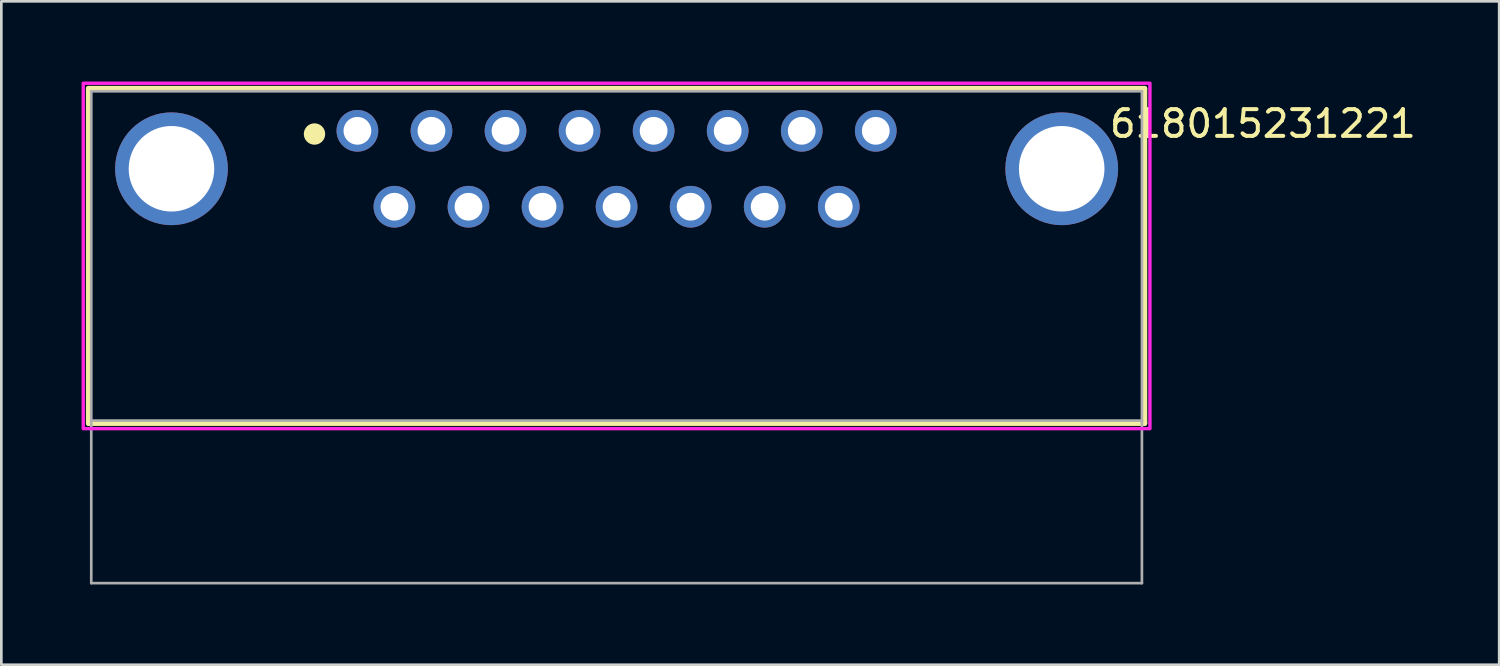
<source format=kicad_pcb>
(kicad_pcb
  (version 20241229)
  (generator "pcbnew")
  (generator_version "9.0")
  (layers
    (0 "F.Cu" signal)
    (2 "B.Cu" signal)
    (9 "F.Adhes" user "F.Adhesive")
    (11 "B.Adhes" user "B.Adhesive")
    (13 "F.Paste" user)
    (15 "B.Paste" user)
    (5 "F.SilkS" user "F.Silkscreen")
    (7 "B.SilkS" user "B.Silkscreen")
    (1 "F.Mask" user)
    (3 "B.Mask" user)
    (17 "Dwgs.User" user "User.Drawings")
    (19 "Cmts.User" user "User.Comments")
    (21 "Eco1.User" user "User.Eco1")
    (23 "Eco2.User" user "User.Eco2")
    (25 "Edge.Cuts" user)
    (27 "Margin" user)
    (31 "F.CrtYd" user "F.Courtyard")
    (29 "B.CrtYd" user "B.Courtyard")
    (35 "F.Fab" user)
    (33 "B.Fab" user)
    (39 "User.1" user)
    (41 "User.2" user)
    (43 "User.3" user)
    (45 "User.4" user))
  (footprint "618015231221"
    (layer "F.Cu")
    (at 20.014 9.563)
    (property "Reference" "618015231221" (at 24.175 -7.985 0) (layer "F.SilkS") (effects (font (size 1 1) (thickness 0.15))))
    (attr through_hole)
    (fp_line (start -19.75 -9.3) (end 19.75 -9.3) (stroke (width 0.2) (type solid)) (layer "F.SilkS"))
    (fp_line (start -19.75 3.22) (end -19.75 -9.3) (stroke (width 0.2) (type solid)) (layer "F.SilkS"))
    (fp_line (start 19.75 -9.3) (end 19.75 3.22) (stroke (width 0.2) (type solid)) (layer "F.SilkS"))
    (fp_line (start 19.75 3.22) (end -19.75 3.22) (stroke (width 0.2) (type solid)) (layer "F.SilkS"))
    (fp_circle (center -11.3 -7.6) (end -11.1 -7.6) (stroke (width 0.4) (type solid)) (fill no) (layer "F.SilkS"))
    (fp_poly (pts (xy -19.95 -9.5) (xy 19.95 -9.5) (xy 19.95 3.42) (xy -19.95 3.42)) (stroke (width 0.127) (type solid)) (fill no) (layer "F.CrtYd"))
    (fp_line (start -19.65 -9.2) (end 19.65 -9.2) (stroke (width 0.1) (type solid)) (layer "F.Fab"))
    (fp_line (start -19.65 3.12) (end -19.65 -9.2) (stroke (width 0.1) (type solid)) (layer "F.Fab"))
    (fp_line (start -19.65 9.2) (end -19.65 3.12) (stroke (width 0.1) (type solid)) (layer "F.Fab"))
    (fp_line (start 19.65 -9.2) (end 19.65 3.12) (stroke (width 0.1) (type solid)) (layer "F.Fab"))
    (fp_line (start 19.65 3.12) (end -19.65 3.12) (stroke (width 0.1) (type solid)) (layer "F.Fab"))
    (fp_line (start 19.65 3.12) (end 19.65 9.2) (stroke (width 0.1) (type solid)) (layer "F.Fab"))
    (fp_line (start 19.65 9.2) (end -19.65 9.2) (stroke (width 0.1) (type solid)) (layer "F.Fab"))
    (pad "1" thru_hole circle (at -9.695 -7.72) (size 1.56 1.56) (drill 1.04) (layers "*.Cu" "*.Mask"))
    (pad "2" thru_hole circle (at -6.925 -7.72) (size 1.56 1.56) (drill 1.04) (layers "*.Cu" "*.Mask"))
    (pad "3" thru_hole circle (at -4.155 -7.72) (size 1.56 1.56) (drill 1.04) (layers "*.Cu" "*.Mask"))
    (pad "4" thru_hole circle (at -1.385 -7.72) (size 1.56 1.56) (drill 1.04) (layers "*.Cu" "*.Mask"))
    (pad "5" thru_hole circle (at 1.385 -7.72) (size 1.56 1.56) (drill 1.04) (layers "*.Cu" "*.Mask"))
    (pad "6" thru_hole circle (at 4.155 -7.72) (size 1.56 1.56) (drill 1.04) (layers "*.Cu" "*.Mask"))
    (pad "7" thru_hole circle (at 6.925 -7.72) (size 1.56 1.56) (drill 1.04) (layers "*.Cu" "*.Mask"))
    (pad "8" thru_hole circle (at 9.695 -7.72) (size 1.56 1.56) (drill 1.04) (layers "*.Cu" "*.Mask"))
    (pad "9" thru_hole circle (at -8.31 -4.88) (size 1.56 1.56) (drill 1.04) (layers "*.Cu" "*.Mask"))
    (pad "10" thru_hole circle (at -5.54 -4.88) (size 1.56 1.56) (drill 1.04) (layers "*.Cu" "*.Mask"))
    (pad "11" thru_hole circle (at -2.77 -4.88) (size 1.56 1.56) (drill 1.04) (layers "*.Cu" "*.Mask"))
    (pad "12" thru_hole circle (at 0 -4.88) (size 1.56 1.56) (drill 1.04) (layers "*.Cu" "*.Mask"))
    (pad "13" thru_hole circle (at 2.77 -4.88) (size 1.56 1.56) (drill 1.04) (layers "*.Cu" "*.Mask"))
    (pad "14" thru_hole circle (at 5.54 -4.88) (size 1.56 1.56) (drill 1.04) (layers "*.Cu" "*.Mask"))
    (pad "15" thru_hole circle (at 8.31 -4.88) (size 1.56 1.56) (drill 1.04) (layers "*.Cu" "*.Mask"))
    (pad "S1" thru_hole circle (at -16.65 -6.3) (size 4.216 4.216) (drill 3.2) (layers "*.Cu" "*.Mask"))
    (pad "S2" thru_hole circle (at 16.65 -6.3) (size 4.216 4.216) (drill 3.2) (layers "*.Cu" "*.Mask")))
  (gr_rect
    (start -3 -3)
    (end 53.028 21.814)
    (stroke (width 0.1) (type default))
    (fill no)
    (layer "Edge.Cuts")))
</source>
